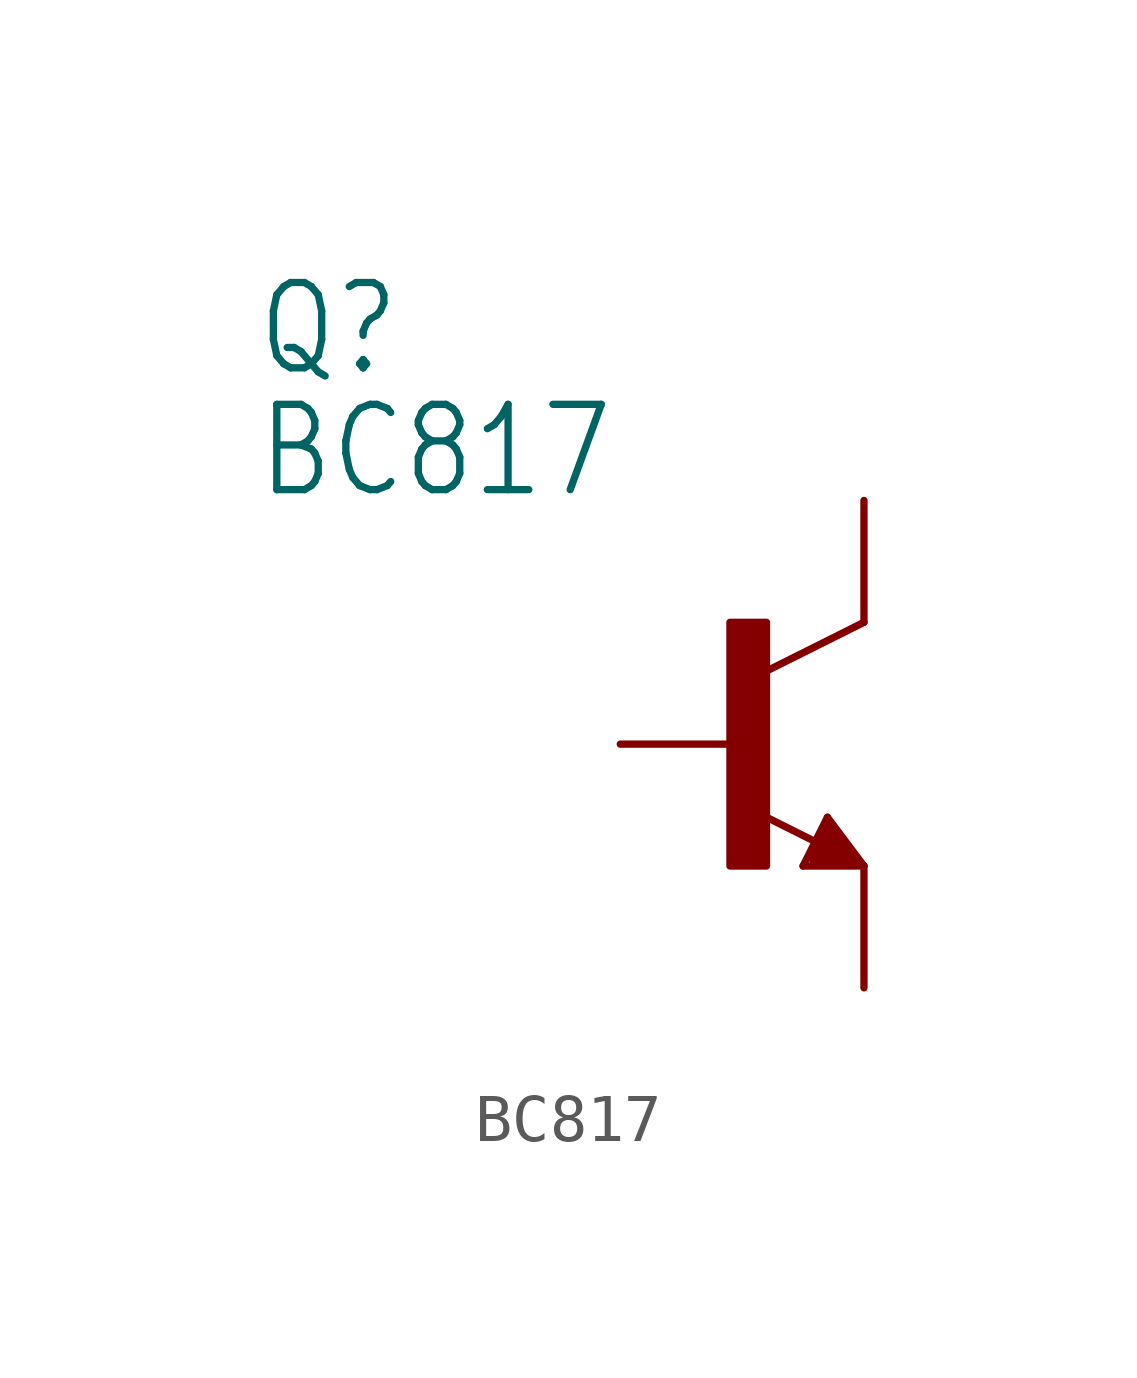
<source format=kicad_sym>
(kicad_symbol_lib
  (version 20211014)
  (generator kicad_symbol_editor)
  (symbol "BC817"
    (property "Reference" "Q"
      (at -10.16 7.62 0)
      (effects (font (size 1.778 1.511)) (justify left bottom)))
    (property "Value" "BC817"
      (at -10.16 5.08 0)
      (effects (font (size 1.778 1.511)) (justify left bottom)))
    (property "ki_locked" ""
      (at 0 0 0)
      (effects (font (size 1.27 1.27))))
    (symbol "BC817_1_0"
      (rectangle (start -0.254 -2.54) (end 0.508 2.54) (stroke (width 0) (type default) (color 0 0 0 0)) (fill (type outline)))
      (polyline (pts (xy 1.27 -2.54) (xy 1.778 -1.524)) (stroke (width 0.152) (type default) (color 0 0 0 0)) (fill (type none)))
      (polyline (pts (xy 1.524 -2.413) (xy 2.286 -2.413)) (stroke (width 0.254) (type default) (color 0 0 0 0)) (fill (type none)))
      (polyline (pts (xy 1.524 -2.286) (xy 1.905 -2.286)) (stroke (width 0.254) (type default) (color 0 0 0 0)) (fill (type none)))
      (polyline (pts (xy 1.54 -2.04) (xy 0.308 -1.424)) (stroke (width 0.152) (type default) (color 0 0 0 0)) (fill (type none)))
      (polyline (pts (xy 1.778 -1.778) (xy 1.524 -2.286)) (stroke (width 0.254) (type default) (color 0 0 0 0)) (fill (type none)))
      (polyline (pts (xy 1.778 -1.524) (xy 2.54 -2.54)) (stroke (width 0.152) (type default) (color 0 0 0 0)) (fill (type none)))
      (polyline (pts (xy 1.905 -2.286) (xy 1.778 -2.032)) (stroke (width 0.254) (type default) (color 0 0 0 0)) (fill (type none)))
      (polyline (pts (xy 2.286 -2.413) (xy 1.778 -1.778)) (stroke (width 0.254) (type default) (color 0 0 0 0)) (fill (type none)))
      (polyline (pts (xy 2.54 -2.54) (xy 1.27 -2.54)) (stroke (width 0.152) (type default) (color 0 0 0 0)) (fill (type none)))
      (polyline (pts (xy 2.54 2.54) (xy 0.508 1.524)) (stroke (width 0.152) (type default) (color 0 0 0 0)) (fill (type none)))
      (pin passive line (at -2.54 0 0) (length 2.54) (name "B" (effects (font (size 0 0)))) (number "B" (effects (font (size 0 0)))))
      (pin passive line (at 2.54 5.08 270) (length 2.54) (name "C" (effects (font (size 0 0)))) (number "C" (effects (font (size 0 0)))))
      (pin passive line (at 2.54 -5.08 90) (length 2.54) (name "E" (effects (font (size 0 0)))) (number "E" (effects (font (size 0 0))))))))
</source>
